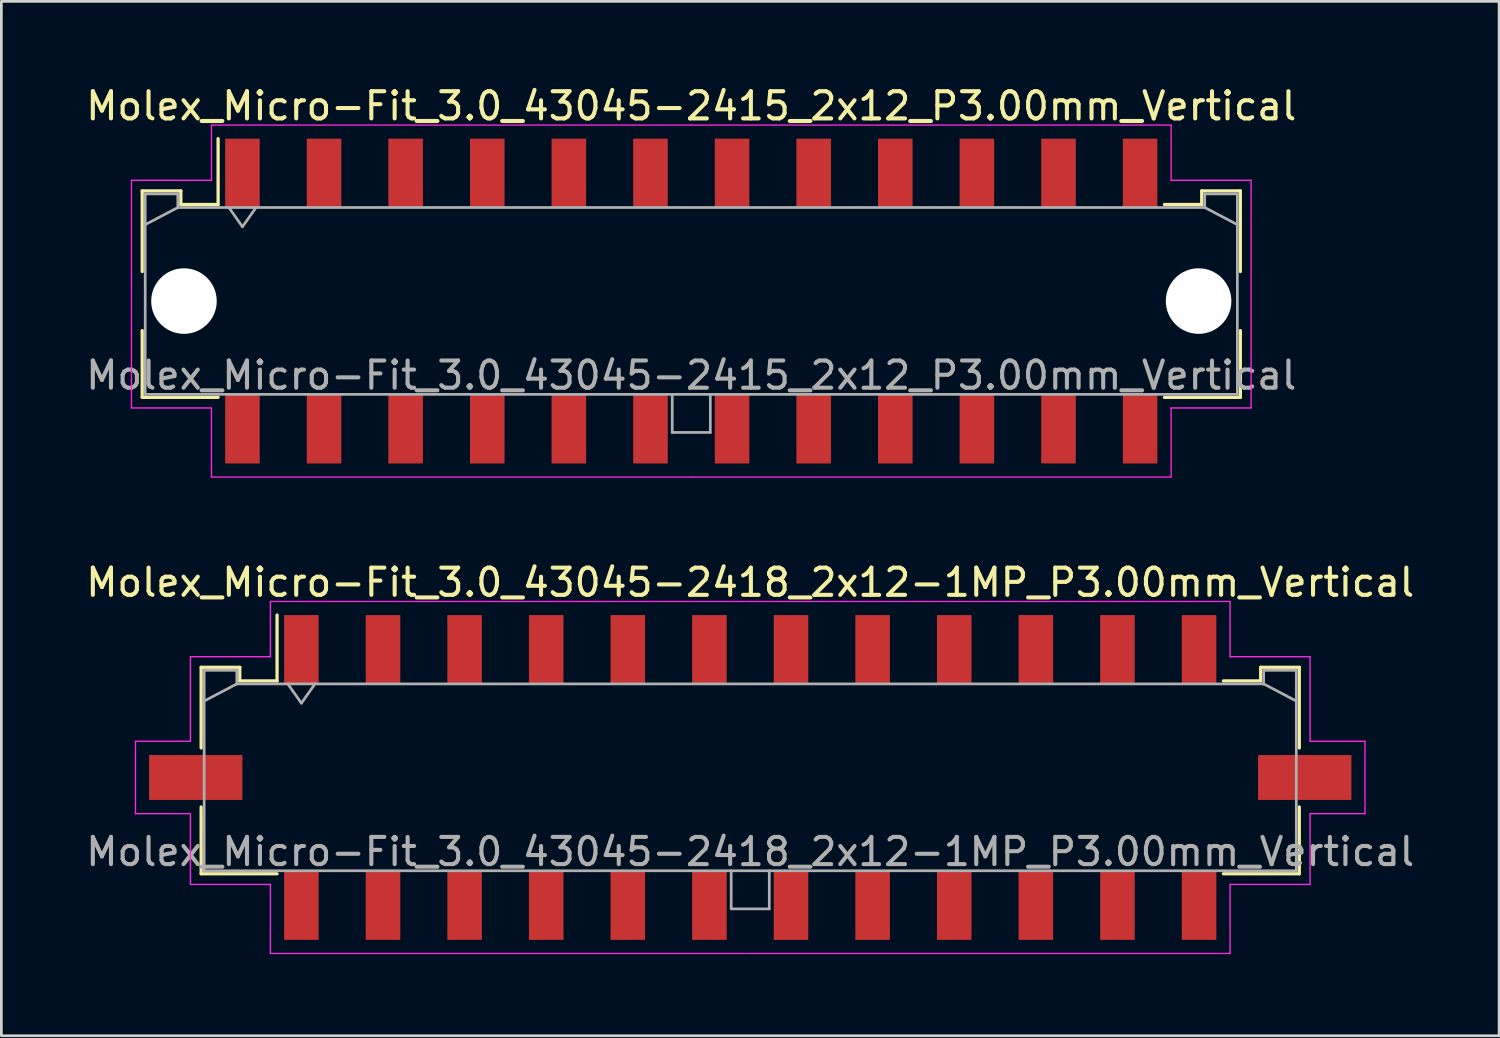
<source format=kicad_pcb>
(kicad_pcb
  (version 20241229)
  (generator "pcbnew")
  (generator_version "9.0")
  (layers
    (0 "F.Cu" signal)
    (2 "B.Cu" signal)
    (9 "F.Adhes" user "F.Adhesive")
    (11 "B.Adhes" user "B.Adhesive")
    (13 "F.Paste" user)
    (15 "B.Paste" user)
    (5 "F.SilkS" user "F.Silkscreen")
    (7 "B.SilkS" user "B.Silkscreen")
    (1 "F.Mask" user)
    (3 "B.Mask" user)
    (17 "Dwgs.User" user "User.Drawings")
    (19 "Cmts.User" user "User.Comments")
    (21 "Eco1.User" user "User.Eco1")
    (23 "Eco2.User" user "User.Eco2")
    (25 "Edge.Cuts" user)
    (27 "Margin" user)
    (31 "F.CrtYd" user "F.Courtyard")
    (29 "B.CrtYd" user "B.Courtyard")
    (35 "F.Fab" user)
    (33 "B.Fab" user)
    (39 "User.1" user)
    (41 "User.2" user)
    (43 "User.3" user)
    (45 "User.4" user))
  (footprint "Molex_Micro-Fit_3.0_43045-2418_2x12-1MP_P3.00mm_Vertical"
    (layer "F.Cu")
    (at 24.53 25.532)
    (property "Reference" "Molex_Micro-Fit_3.0_43045-2418_2x12-1MP_P3.00mm_Vertical" (at 0 -7.17 0) (layer "F.SilkS") (effects (font (size 1 1) (thickness 0.15))))
    (attr smd)
    (fp_line (start -20.185 -4.05) (end -18.765 -4.05) (stroke (width 0.12) (type solid)) (layer "F.SilkS"))
    (fp_line (start -20.185 -1.085) (end -20.185 -4.05) (stroke (width 0.12) (type solid)) (layer "F.SilkS"))
    (fp_line (start -20.185 1.085) (end -20.185 3.54) (stroke (width 0.12) (type solid)) (layer "F.SilkS"))
    (fp_line (start -20.185 3.54) (end -17.395 3.54) (stroke (width 0.12) (type solid)) (layer "F.SilkS"))
    (fp_line (start -18.765 -4.05) (end -18.765 -3.55) (stroke (width 0.12) (type solid)) (layer "F.SilkS"))
    (fp_line (start -18.765 -3.55) (end -17.395 -3.55) (stroke (width 0.12) (type solid)) (layer "F.SilkS"))
    (fp_line (start -17.395 -3.55) (end -17.395 -5.97) (stroke (width 0.12) (type solid)) (layer "F.SilkS"))
    (fp_line (start 18.765 -4.05) (end 18.765 -3.55) (stroke (width 0.12) (type solid)) (layer "F.SilkS"))
    (fp_line (start 18.765 -3.55) (end 17.395 -3.55) (stroke (width 0.12) (type solid)) (layer "F.SilkS"))
    (fp_line (start 20.185 -4.05) (end 18.765 -4.05) (stroke (width 0.12) (type solid)) (layer "F.SilkS"))
    (fp_line (start 20.185 -1.085) (end 20.185 -4.05) (stroke (width 0.12) (type solid)) (layer "F.SilkS"))
    (fp_line (start 20.185 1.085) (end 20.185 3.54) (stroke (width 0.12) (type solid)) (layer "F.SilkS"))
    (fp_line (start 20.185 3.54) (end 17.395 3.54) (stroke (width 0.12) (type solid)) (layer "F.SilkS"))
    (fp_line (start -22.6 -1.33) (end -22.6 1.33) (stroke (width 0.05) (type solid)) (layer "F.CrtYd"))
    (fp_line (start -22.6 1.33) (end -20.58 1.33) (stroke (width 0.05) (type solid)) (layer "F.CrtYd"))
    (fp_line (start -20.58 -4.44) (end -20.58 -1.33) (stroke (width 0.05) (type solid)) (layer "F.CrtYd"))
    (fp_line (start -20.58 -1.33) (end -22.6 -1.33) (stroke (width 0.05) (type solid)) (layer "F.CrtYd"))
    (fp_line (start -20.58 1.33) (end -20.58 3.93) (stroke (width 0.05) (type solid)) (layer "F.CrtYd"))
    (fp_line (start -20.58 3.93) (end -17.64 3.93) (stroke (width 0.05) (type solid)) (layer "F.CrtYd"))
    (fp_line (start -17.64 -6.47) (end -17.64 -4.44) (stroke (width 0.05) (type solid)) (layer "F.CrtYd"))
    (fp_line (start -17.64 -4.44) (end -20.58 -4.44) (stroke (width 0.05) (type solid)) (layer "F.CrtYd"))
    (fp_line (start -17.64 3.93) (end -17.64 6.47) (stroke (width 0.05) (type solid)) (layer "F.CrtYd"))
    (fp_line (start -17.64 6.47) (end 0 6.47) (stroke (width 0.05) (type solid)) (layer "F.CrtYd"))
    (fp_line (start 0 -6.47) (end -17.64 -6.47) (stroke (width 0.05) (type solid)) (layer "F.CrtYd"))
    (fp_line (start 0 -6.47) (end 17.64 -6.47) (stroke (width 0.05) (type solid)) (layer "F.CrtYd"))
    (fp_line (start 17.64 -6.47) (end 17.64 -4.44) (stroke (width 0.05) (type solid)) (layer "F.CrtYd"))
    (fp_line (start 17.64 -4.44) (end 20.58 -4.44) (stroke (width 0.05) (type solid)) (layer "F.CrtYd"))
    (fp_line (start 17.64 3.93) (end 17.64 6.47) (stroke (width 0.05) (type solid)) (layer "F.CrtYd"))
    (fp_line (start 17.64 6.47) (end 0 6.47) (stroke (width 0.05) (type solid)) (layer "F.CrtYd"))
    (fp_line (start 20.58 -4.44) (end 20.58 -1.33) (stroke (width 0.05) (type solid)) (layer "F.CrtYd"))
    (fp_line (start 20.58 -1.33) (end 22.6 -1.33) (stroke (width 0.05) (type solid)) (layer "F.CrtYd"))
    (fp_line (start 20.58 1.33) (end 20.58 3.93) (stroke (width 0.05) (type solid)) (layer "F.CrtYd"))
    (fp_line (start 20.58 3.93) (end 17.64 3.93) (stroke (width 0.05) (type solid)) (layer "F.CrtYd"))
    (fp_line (start 22.6 -1.33) (end 22.6 1.33) (stroke (width 0.05) (type solid)) (layer "F.CrtYd"))
    (fp_line (start 22.6 1.33) (end 20.58 1.33) (stroke (width 0.05) (type solid)) (layer "F.CrtYd"))
    (fp_line (start -20.075 -3.94) (end -20.075 3.43) (stroke (width 0.1) (type solid)) (layer "F.Fab"))
    (fp_line (start -20.075 -2.81) (end -18.875 -3.44) (stroke (width 0.1) (type solid)) (layer "F.Fab"))
    (fp_line (start -20.075 3.43) (end 20.075 3.43) (stroke (width 0.1) (type solid)) (layer "F.Fab"))
    (fp_line (start -18.875 -3.94) (end -20.075 -3.94) (stroke (width 0.1) (type solid)) (layer "F.Fab"))
    (fp_line (start -18.875 -3.44) (end -18.875 -3.94) (stroke (width 0.1) (type solid)) (layer "F.Fab"))
    (fp_line (start -17 -3.44) (end -16.5 -2.733) (stroke (width 0.1) (type solid)) (layer "F.Fab"))
    (fp_line (start -16.5 -2.733) (end -16 -3.44) (stroke (width 0.1) (type solid)) (layer "F.Fab"))
    (fp_line (start -0.7 3.43) (end -0.7 4.83) (stroke (width 0.1) (type solid)) (layer "F.Fab"))
    (fp_line (start -0.7 4.83) (end 0.7 4.83) (stroke (width 0.1) (type solid)) (layer "F.Fab"))
    (fp_line (start 0.7 4.83) (end 0.7 3.43) (stroke (width 0.1) (type solid)) (layer "F.Fab"))
    (fp_line (start 18.875 -3.94) (end 18.875 -3.44) (stroke (width 0.1) (type solid)) (layer "F.Fab"))
    (fp_line (start 18.875 -3.44) (end -18.875 -3.44) (stroke (width 0.1) (type solid)) (layer "F.Fab"))
    (fp_line (start 20.075 -3.94) (end 18.875 -3.94) (stroke (width 0.1) (type solid)) (layer "F.Fab"))
    (fp_line (start 20.075 -2.81) (end 18.875 -3.44) (stroke (width 0.1) (type solid)) (layer "F.Fab"))
    (fp_line (start 20.075 3.43) (end 20.075 -3.94) (stroke (width 0.1) (type solid)) (layer "F.Fab"))
    (fp_text user "${REFERENCE}" (at 0 2.73 0) (layer "F.Fab") (effects (font (size 1 1) (thickness 0.15))))
    (pad "1" smd rect (at -16.5 -4.7) (size 1.27 2.54) (layers "F.Cu" "F.Mask" "F.Paste"))
    (pad "2" smd rect (at -13.5 -4.7) (size 1.27 2.54) (layers "F.Cu" "F.Mask" "F.Paste"))
    (pad "3" smd rect (at -10.5 -4.7) (size 1.27 2.54) (layers "F.Cu" "F.Mask" "F.Paste"))
    (pad "4" smd rect (at -7.5 -4.7) (size 1.27 2.54) (layers "F.Cu" "F.Mask" "F.Paste"))
    (pad "5" smd rect (at -4.5 -4.7) (size 1.27 2.54) (layers "F.Cu" "F.Mask" "F.Paste"))
    (pad "6" smd rect (at -1.5 -4.7) (size 1.27 2.54) (layers "F.Cu" "F.Mask" "F.Paste"))
    (pad "7" smd rect (at 1.5 -4.7) (size 1.27 2.54) (layers "F.Cu" "F.Mask" "F.Paste"))
    (pad "8" smd rect (at 4.5 -4.7) (size 1.27 2.54) (layers "F.Cu" "F.Mask" "F.Paste"))
    (pad "9" smd rect (at 7.5 -4.7) (size 1.27 2.54) (layers "F.Cu" "F.Mask" "F.Paste"))
    (pad "10" smd rect (at 10.5 -4.7) (size 1.27 2.54) (layers "F.Cu" "F.Mask" "F.Paste"))
    (pad "11" smd rect (at 13.5 -4.7) (size 1.27 2.54) (layers "F.Cu" "F.Mask" "F.Paste"))
    (pad "12" smd rect (at 16.5 -4.7) (size 1.27 2.54) (layers "F.Cu" "F.Mask" "F.Paste"))
    (pad "13" smd rect (at -16.5 4.7) (size 1.27 2.54) (layers "F.Cu" "F.Mask" "F.Paste"))
    (pad "14" smd rect (at -13.5 4.7) (size 1.27 2.54) (layers "F.Cu" "F.Mask" "F.Paste"))
    (pad "15" smd rect (at -10.5 4.7) (size 1.27 2.54) (layers "F.Cu" "F.Mask" "F.Paste"))
    (pad "16" smd rect (at -7.5 4.7) (size 1.27 2.54) (layers "F.Cu" "F.Mask" "F.Paste"))
    (pad "17" smd rect (at -4.5 4.7) (size 1.27 2.54) (layers "F.Cu" "F.Mask" "F.Paste"))
    (pad "18" smd rect (at -1.5 4.7) (size 1.27 2.54) (layers "F.Cu" "F.Mask" "F.Paste"))
    (pad "19" smd rect (at 1.5 4.7) (size 1.27 2.54) (layers "F.Cu" "F.Mask" "F.Paste"))
    (pad "20" smd rect (at 4.5 4.7) (size 1.27 2.54) (layers "F.Cu" "F.Mask" "F.Paste"))
    (pad "21" smd rect (at 7.5 4.7) (size 1.27 2.54) (layers "F.Cu" "F.Mask" "F.Paste"))
    (pad "22" smd rect (at 10.5 4.7) (size 1.27 2.54) (layers "F.Cu" "F.Mask" "F.Paste"))
    (pad "23" smd rect (at 13.5 4.7) (size 1.27 2.54) (layers "F.Cu" "F.Mask" "F.Paste"))
    (pad "24" smd rect (at 16.5 4.7) (size 1.27 2.54) (layers "F.Cu" "F.Mask" "F.Paste"))
    (pad "MP" smd rect (at -20.385 0) (size 3.43 1.65) (layers "F.Cu" "F.Mask" "F.Paste"))
    (pad "MP" smd rect (at 20.385 0) (size 3.43 1.65) (layers "F.Cu" "F.Mask" "F.Paste")))
  (footprint "Molex_Micro-Fit_3.0_43045-2415_2x12_P3.00mm_Vertical"
    (layer "F.Cu")
    (at 22.363 8.018)
    (property "Reference" "Molex_Micro-Fit_3.0_43045-2415_2x12_P3.00mm_Vertical" (at 0 -7.17 0) (layer "F.SilkS") (effects (font (size 1 1) (thickness 0.15))))
    (attr smd)
    (fp_line (start -20.185 -4.05) (end -18.765 -4.05) (stroke (width 0.12) (type solid)) (layer "F.SilkS"))
    (fp_line (start -20.185 -1.085) (end -20.185 -4.05) (stroke (width 0.12) (type solid)) (layer "F.SilkS"))
    (fp_line (start -20.185 1.085) (end -20.185 3.54) (stroke (width 0.12) (type solid)) (layer "F.SilkS"))
    (fp_line (start -20.185 3.54) (end -17.395 3.54) (stroke (width 0.12) (type solid)) (layer "F.SilkS"))
    (fp_line (start -18.765 -4.05) (end -18.765 -3.55) (stroke (width 0.12) (type solid)) (layer "F.SilkS"))
    (fp_line (start -18.765 -3.55) (end -17.395 -3.55) (stroke (width 0.12) (type solid)) (layer "F.SilkS"))
    (fp_line (start -17.395 -3.55) (end -17.395 -5.97) (stroke (width 0.12) (type solid)) (layer "F.SilkS"))
    (fp_line (start 18.765 -4.05) (end 18.765 -3.55) (stroke (width 0.12) (type solid)) (layer "F.SilkS"))
    (fp_line (start 18.765 -3.55) (end 17.395 -3.55) (stroke (width 0.12) (type solid)) (layer "F.SilkS"))
    (fp_line (start 20.185 -4.05) (end 18.765 -4.05) (stroke (width 0.12) (type solid)) (layer "F.SilkS"))
    (fp_line (start 20.185 -1.085) (end 20.185 -4.05) (stroke (width 0.12) (type solid)) (layer "F.SilkS"))
    (fp_line (start 20.185 1.085) (end 20.185 3.54) (stroke (width 0.12) (type solid)) (layer "F.SilkS"))
    (fp_line (start 20.185 3.54) (end 17.395 3.54) (stroke (width 0.12) (type solid)) (layer "F.SilkS"))
    (fp_line (start -20.58 -4.44) (end -20.58 3.93) (stroke (width 0.05) (type solid)) (layer "F.CrtYd"))
    (fp_line (start -20.58 3.93) (end -17.64 3.93) (stroke (width 0.05) (type solid)) (layer "F.CrtYd"))
    (fp_line (start -17.64 -6.47) (end -17.64 -4.44) (stroke (width 0.05) (type solid)) (layer "F.CrtYd"))
    (fp_line (start -17.64 -4.44) (end -20.58 -4.44) (stroke (width 0.05) (type solid)) (layer "F.CrtYd"))
    (fp_line (start -17.64 3.93) (end -17.64 6.47) (stroke (width 0.05) (type solid)) (layer "F.CrtYd"))
    (fp_line (start -17.64 6.47) (end 0 6.47) (stroke (width 0.05) (type solid)) (layer "F.CrtYd"))
    (fp_line (start 0 -6.47) (end -17.64 -6.47) (stroke (width 0.05) (type solid)) (layer "F.CrtYd"))
    (fp_line (start 0 -6.47) (end 17.64 -6.47) (stroke (width 0.05) (type solid)) (layer "F.CrtYd"))
    (fp_line (start 17.64 -6.47) (end 17.64 -4.44) (stroke (width 0.05) (type solid)) (layer "F.CrtYd"))
    (fp_line (start 17.64 -4.44) (end 20.58 -4.44) (stroke (width 0.05) (type solid)) (layer "F.CrtYd"))
    (fp_line (start 17.64 3.93) (end 17.64 6.47) (stroke (width 0.05) (type solid)) (layer "F.CrtYd"))
    (fp_line (start 17.64 6.47) (end 0 6.47) (stroke (width 0.05) (type solid)) (layer "F.CrtYd"))
    (fp_line (start 20.58 -4.44) (end 20.58 3.93) (stroke (width 0.05) (type solid)) (layer "F.CrtYd"))
    (fp_line (start 20.58 3.93) (end 17.64 3.93) (stroke (width 0.05) (type solid)) (layer "F.CrtYd"))
    (fp_line (start -20.075 -3.94) (end -20.075 3.43) (stroke (width 0.1) (type solid)) (layer "F.Fab"))
    (fp_line (start -20.075 -2.81) (end -18.875 -3.44) (stroke (width 0.1) (type solid)) (layer "F.Fab"))
    (fp_line (start -20.075 3.43) (end 20.075 3.43) (stroke (width 0.1) (type solid)) (layer "F.Fab"))
    (fp_line (start -18.875 -3.94) (end -20.075 -3.94) (stroke (width 0.1) (type solid)) (layer "F.Fab"))
    (fp_line (start -18.875 -3.44) (end -18.875 -3.94) (stroke (width 0.1) (type solid)) (layer "F.Fab"))
    (fp_line (start -17 -3.44) (end -16.5 -2.733) (stroke (width 0.1) (type solid)) (layer "F.Fab"))
    (fp_line (start -16.5 -2.733) (end -16 -3.44) (stroke (width 0.1) (type solid)) (layer "F.Fab"))
    (fp_line (start -0.7 3.43) (end -0.7 4.83) (stroke (width 0.1) (type solid)) (layer "F.Fab"))
    (fp_line (start -0.7 4.83) (end 0.7 4.83) (stroke (width 0.1) (type solid)) (layer "F.Fab"))
    (fp_line (start 0.7 4.83) (end 0.7 3.43) (stroke (width 0.1) (type solid)) (layer "F.Fab"))
    (fp_line (start 18.875 -3.94) (end 18.875 -3.44) (stroke (width 0.1) (type solid)) (layer "F.Fab"))
    (fp_line (start 18.875 -3.44) (end -18.875 -3.44) (stroke (width 0.1) (type solid)) (layer "F.Fab"))
    (fp_line (start 20.075 -3.94) (end 18.875 -3.94) (stroke (width 0.1) (type solid)) (layer "F.Fab"))
    (fp_line (start 20.075 -2.81) (end 18.875 -3.44) (stroke (width 0.1) (type solid)) (layer "F.Fab"))
    (fp_line (start 20.075 3.43) (end 20.075 -3.94) (stroke (width 0.1) (type solid)) (layer "F.Fab"))
    (fp_text user "${REFERENCE}" (at 0 2.73 0) (layer "F.Fab") (effects (font (size 1 1) (thickness 0.15))))
    (pad "" np_thru_hole circle (at -18.65 0) (size 2.41 2.41) (drill 2.41) (layers "*.Cu" "*.Mask"))
    (pad "" np_thru_hole circle (at 18.65 0) (size 2.41 2.41) (drill 2.41) (layers "*.Cu" "*.Mask"))
    (pad "1" smd rect (at -16.5 -4.7) (size 1.27 2.54) (layers "F.Cu" "F.Mask" "F.Paste"))
    (pad "2" smd rect (at -13.5 -4.7) (size 1.27 2.54) (layers "F.Cu" "F.Mask" "F.Paste"))
    (pad "3" smd rect (at -10.5 -4.7) (size 1.27 2.54) (layers "F.Cu" "F.Mask" "F.Paste"))
    (pad "4" smd rect (at -7.5 -4.7) (size 1.27 2.54) (layers "F.Cu" "F.Mask" "F.Paste"))
    (pad "5" smd rect (at -4.5 -4.7) (size 1.27 2.54) (layers "F.Cu" "F.Mask" "F.Paste"))
    (pad "6" smd rect (at -1.5 -4.7) (size 1.27 2.54) (layers "F.Cu" "F.Mask" "F.Paste"))
    (pad "7" smd rect (at 1.5 -4.7) (size 1.27 2.54) (layers "F.Cu" "F.Mask" "F.Paste"))
    (pad "8" smd rect (at 4.5 -4.7) (size 1.27 2.54) (layers "F.Cu" "F.Mask" "F.Paste"))
    (pad "9" smd rect (at 7.5 -4.7) (size 1.27 2.54) (layers "F.Cu" "F.Mask" "F.Paste"))
    (pad "10" smd rect (at 10.5 -4.7) (size 1.27 2.54) (layers "F.Cu" "F.Mask" "F.Paste"))
    (pad "11" smd rect (at 13.5 -4.7) (size 1.27 2.54) (layers "F.Cu" "F.Mask" "F.Paste"))
    (pad "12" smd rect (at 16.5 -4.7) (size 1.27 2.54) (layers "F.Cu" "F.Mask" "F.Paste"))
    (pad "13" smd rect (at -16.5 4.7) (size 1.27 2.54) (layers "F.Cu" "F.Mask" "F.Paste"))
    (pad "14" smd rect (at -13.5 4.7) (size 1.27 2.54) (layers "F.Cu" "F.Mask" "F.Paste"))
    (pad "15" smd rect (at -10.5 4.7) (size 1.27 2.54) (layers "F.Cu" "F.Mask" "F.Paste"))
    (pad "16" smd rect (at -7.5 4.7) (size 1.27 2.54) (layers "F.Cu" "F.Mask" "F.Paste"))
    (pad "17" smd rect (at -4.5 4.7) (size 1.27 2.54) (layers "F.Cu" "F.Mask" "F.Paste"))
    (pad "18" smd rect (at -1.5 4.7) (size 1.27 2.54) (layers "F.Cu" "F.Mask" "F.Paste"))
    (pad "19" smd rect (at 1.5 4.7) (size 1.27 2.54) (layers "F.Cu" "F.Mask" "F.Paste"))
    (pad "20" smd rect (at 4.5 4.7) (size 1.27 2.54) (layers "F.Cu" "F.Mask" "F.Paste"))
    (pad "21" smd rect (at 7.5 4.7) (size 1.27 2.54) (layers "F.Cu" "F.Mask" "F.Paste"))
    (pad "22" smd rect (at 10.5 4.7) (size 1.27 2.54) (layers "F.Cu" "F.Mask" "F.Paste"))
    (pad "23" smd rect (at 13.5 4.7) (size 1.27 2.54) (layers "F.Cu" "F.Mask" "F.Paste"))
    (pad "24" smd rect (at 16.5 4.7) (size 1.27 2.54) (layers "F.Cu" "F.Mask" "F.Paste")))
  (gr_rect
    (start -3 -3)
    (end 52.06 35.026)
    (stroke (width 0.1) (type default))
    (fill no)
    (layer "Edge.Cuts")))
</source>
